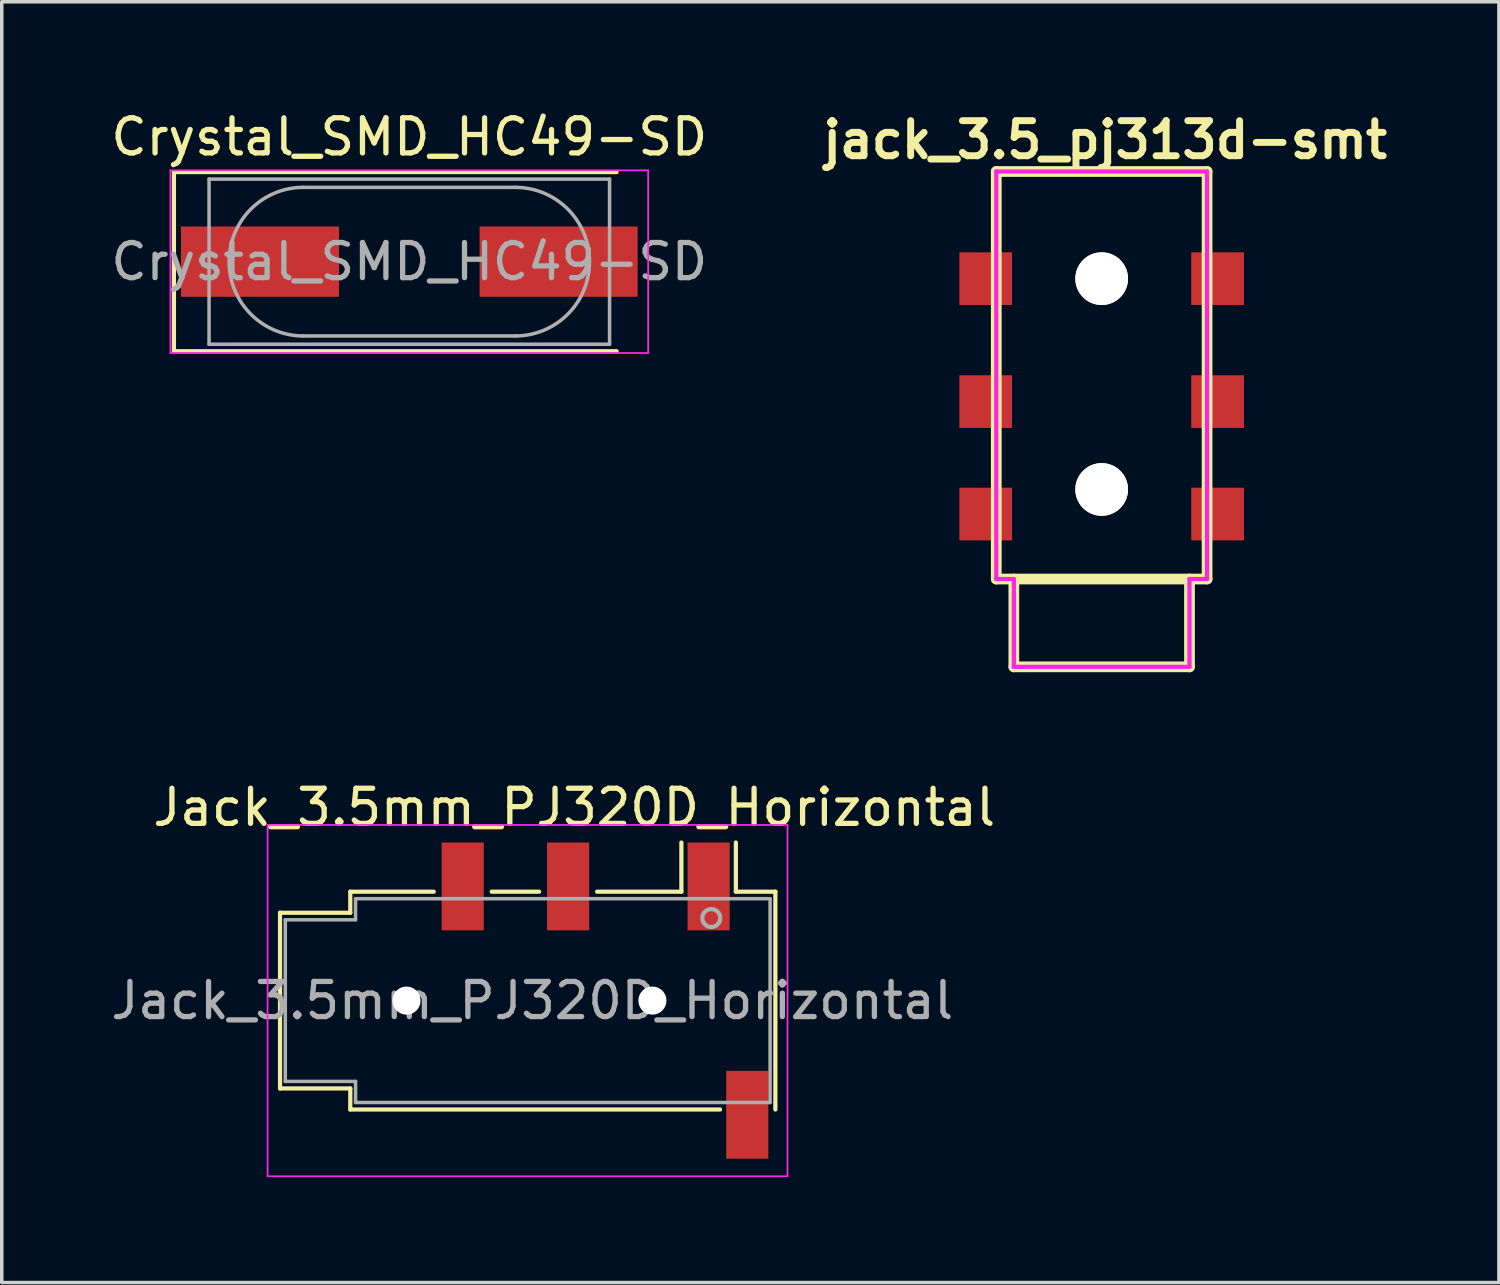
<source format=kicad_pcb>
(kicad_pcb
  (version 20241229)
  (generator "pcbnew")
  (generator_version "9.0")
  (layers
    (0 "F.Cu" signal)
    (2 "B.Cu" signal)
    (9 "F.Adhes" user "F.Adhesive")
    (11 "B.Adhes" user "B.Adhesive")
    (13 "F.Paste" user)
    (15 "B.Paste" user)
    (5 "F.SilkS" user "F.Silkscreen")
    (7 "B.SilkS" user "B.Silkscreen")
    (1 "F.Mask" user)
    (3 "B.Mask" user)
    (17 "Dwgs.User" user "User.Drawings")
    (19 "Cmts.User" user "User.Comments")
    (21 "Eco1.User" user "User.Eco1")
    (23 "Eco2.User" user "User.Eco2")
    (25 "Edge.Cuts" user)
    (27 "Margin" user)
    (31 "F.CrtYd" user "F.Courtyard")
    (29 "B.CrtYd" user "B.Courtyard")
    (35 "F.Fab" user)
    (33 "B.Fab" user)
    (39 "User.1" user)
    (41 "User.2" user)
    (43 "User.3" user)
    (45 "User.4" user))
  (footprint "Jack_3.5mm_PJ320D_Horizontal"
    (layer "F.Cu")
    (at 13.296 25.432)
    (property "Reference" "Jack_3.5mm_PJ320D_Horizontal" (at 0 -5.5 0) (layer "F.SilkS") (effects (font (size 1 1) (thickness 0.15))))
    (attr smd)
    (fp_line (start -8.375 -2.5) (end -8.375 2.5) (stroke (width 0.12) (type solid)) (layer "F.SilkS"))
    (fp_line (start -6.375 -3.1) (end -6.375 -2.5) (stroke (width 0.12) (type solid)) (layer "F.SilkS"))
    (fp_line (start -6.375 -3.1) (end -4 -3.1) (stroke (width 0.12) (type solid)) (layer "F.SilkS"))
    (fp_line (start -6.375 -2.5) (end -8.375 -2.5) (stroke (width 0.12) (type solid)) (layer "F.SilkS"))
    (fp_line (start -6.375 2.5) (end -8.375 2.5) (stroke (width 0.12) (type solid)) (layer "F.SilkS"))
    (fp_line (start -6.375 2.5) (end -6.375 3.1) (stroke (width 0.12) (type solid)) (layer "F.SilkS"))
    (fp_line (start -2.35 -3.1) (end -1 -3.1) (stroke (width 0.12) (type solid)) (layer "F.SilkS"))
    (fp_line (start 0.65 -3.1) (end 3.05 -3.1) (stroke (width 0.12) (type solid)) (layer "F.SilkS"))
    (fp_line (start 3.05 -3.1) (end 3.05 -4.5) (stroke (width 0.12) (type solid)) (layer "F.SilkS"))
    (fp_line (start 4.15 3.1) (end -6.375 3.1) (stroke (width 0.12) (type solid)) (layer "F.SilkS"))
    (fp_line (start 4.6 -3.1) (end 4.6 -4.5) (stroke (width 0.12) (type solid)) (layer "F.SilkS"))
    (fp_line (start 4.6 -3.1) (end 5.725 -3.1) (stroke (width 0.12) (type solid)) (layer "F.SilkS"))
    (fp_line (start 5.725 3.1) (end 5.725 -3.1) (stroke (width 0.12) (type solid)) (layer "F.SilkS"))
    (fp_line (start -8.73 -5) (end 6.07 -5) (stroke (width 0.05) (type solid)) (layer "F.CrtYd"))
    (fp_line (start -8.73 5) (end -8.73 -5) (stroke (width 0.05) (type solid)) (layer "F.CrtYd"))
    (fp_line (start -8.73 5) (end 6.07 5) (stroke (width 0.05) (type solid)) (layer "F.CrtYd"))
    (fp_line (start 6.07 5) (end 6.07 -5) (stroke (width 0.05) (type solid)) (layer "F.CrtYd"))
    (fp_line (start -8.225 -2.3) (end -6.225 -2.3) (stroke (width 0.1) (type solid)) (layer "F.Fab"))
    (fp_line (start -8.225 2.3) (end -8.225 -2.3) (stroke (width 0.1) (type solid)) (layer "F.Fab"))
    (fp_line (start -6.225 -2.9) (end 5.575 -2.9) (stroke (width 0.1) (type solid)) (layer "F.Fab"))
    (fp_line (start -6.225 -2.3) (end -6.225 -2.9) (stroke (width 0.1) (type solid)) (layer "F.Fab"))
    (fp_line (start -6.225 2.3) (end -8.225 2.3) (stroke (width 0.1) (type solid)) (layer "F.Fab"))
    (fp_line (start -6.225 2.9) (end -6.225 2.3) (stroke (width 0.1) (type solid)) (layer "F.Fab"))
    (fp_line (start 5.575 -2.9) (end 5.575 2.9) (stroke (width 0.1) (type solid)) (layer "F.Fab"))
    (fp_line (start 5.575 2.9) (end -6.225 2.9) (stroke (width 0.1) (type solid)) (layer "F.Fab"))
    (fp_circle (center 3.9 -2.35) (end 3.95 -2.1) (stroke (width 0.12) (type solid)) (fill no) (layer "F.Fab"))
    (fp_text user "${REFERENCE}" (at -1.195 0 0) (layer "F.Fab") (effects (font (size 1 1) (thickness 0.15))))
    (pad "" np_thru_hole circle (at -4.775 0) (size 0.8 0.8) (drill 1) (layers "*.Cu" "*.Mask"))
    (pad "" np_thru_hole circle (at 2.225 0) (size 0.8 0.8) (drill 1) (layers "*.Cu" "*.Mask"))
    (pad "R1" smd rect (at -0.175 -3.25) (size 1.2 2.5) (layers "F.Cu" "F.Mask" "F.Paste"))
    (pad "R2" smd rect (at -3.175 -3.25) (size 1.2 2.5) (layers "F.Cu" "F.Mask" "F.Paste"))
    (pad "S" smd rect (at 4.925 3.25) (size 1.2 2.5) (layers "F.Cu" "F.Mask" "F.Paste"))
    (pad "T" smd rect (at 3.825 -3.25) (size 1.2 2.5) (layers "F.Cu" "F.Mask" "F.Paste")))
  (footprint "Crystal_SMD_HC49-SD"
    (layer "F.Cu")
    (at 8.601 4.398)
    (property "Reference" "Crystal_SMD_HC49-SD" (at 0 -3.55 0) (layer "F.SilkS") (effects (font (size 1 1) (thickness 0.15))))
    (attr smd)
    (fp_line (start -6.7 -2.55) (end -6.7 2.55) (stroke (width 0.12) (type solid)) (layer "F.SilkS"))
    (fp_line (start -6.7 2.55) (end 5.9 2.55) (stroke (width 0.12) (type solid)) (layer "F.SilkS"))
    (fp_line (start 5.9 -2.55) (end -6.7 -2.55) (stroke (width 0.12) (type solid)) (layer "F.SilkS"))
    (fp_line (start -6.8 -2.6) (end -6.8 2.6) (stroke (width 0.05) (type solid)) (layer "F.CrtYd"))
    (fp_line (start -6.8 2.6) (end 6.8 2.6) (stroke (width 0.05) (type solid)) (layer "F.CrtYd"))
    (fp_line (start 6.8 -2.6) (end -6.8 -2.6) (stroke (width 0.05) (type solid)) (layer "F.CrtYd"))
    (fp_line (start 6.8 2.6) (end 6.8 -2.6) (stroke (width 0.05) (type solid)) (layer "F.CrtYd"))
    (fp_line (start -5.7 -2.35) (end -5.7 2.35) (stroke (width 0.1) (type solid)) (layer "F.Fab"))
    (fp_line (start -5.7 2.35) (end 5.7 2.35) (stroke (width 0.1) (type solid)) (layer "F.Fab"))
    (fp_line (start -3.015 -2.115) (end 3.015 -2.115) (stroke (width 0.1) (type solid)) (layer "F.Fab"))
    (fp_line (start -3.015 2.115) (end 3.015 2.115) (stroke (width 0.1) (type solid)) (layer "F.Fab"))
    (fp_line (start 5.7 -2.35) (end -5.7 -2.35) (stroke (width 0.1) (type solid)) (layer "F.Fab"))
    (fp_line (start 5.7 2.35) (end 5.7 -2.35) (stroke (width 0.1) (type solid)) (layer "F.Fab"))
    (fp_arc (start -3.015 2.115) (mid -5.13 0) (end -3.015 -2.115) (stroke (width 0.1) (type solid)) (layer "F.Fab"))
    (fp_arc (start 3.015 -2.115) (mid 5.13 0) (end 3.015 2.115) (stroke (width 0.1) (type solid)) (layer "F.Fab"))
    (fp_text user "${REFERENCE}" (at 0 0 0) (layer "F.Fab") (effects (font (size 1 1) (thickness 0.15))))
    (pad "1" smd rect (at -4.25 0) (size 4.5 2) (layers "F.Cu" "F.Mask" "F.Paste"))
    (pad "2" smd rect (at 4.25 0) (size 4.5 2) (layers "F.Cu" "F.Mask" "F.Paste")))
  (footprint "jack_3.5_pj313d-smt"
    (layer "F.Cu")
    (at 28.309 7.632)
    (property "Reference" "jack_3.5_pj313d-smt" (at 0.1 -6.7 0) (layer "F.SilkS") (effects (font (size 0.998 0.998) (thickness 0.198))))
    (attr through_hole)
    (fp_line (start -3 -5.8) (end -3 5.8) (stroke (width 0.305) (type solid)) (layer "F.SilkS"))
    (fp_line (start -3 -5.8) (end 3 -5.8) (stroke (width 0.305) (type solid)) (layer "F.SilkS"))
    (fp_line (start -3 5.8) (end 3 5.8) (stroke (width 0.305) (type solid)) (layer "F.SilkS"))
    (fp_line (start -2.5 5.8) (end -2.5 8.3) (stroke (width 0.305) (type solid)) (layer "F.SilkS"))
    (fp_line (start -2.5 8.3) (end 2.5 8.3) (stroke (width 0.305) (type solid)) (layer "F.SilkS"))
    (fp_line (start 2.5 5.8) (end 2.5 8.3) (stroke (width 0.305) (type solid)) (layer "F.SilkS"))
    (fp_line (start 3 -5.8) (end 3 5.8) (stroke (width 0.305) (type solid)) (layer "F.SilkS"))
    (fp_line (start -3 -5.8) (end 3 -5.8) (stroke (width 0.12) (type solid)) (layer "F.CrtYd"))
    (fp_line (start -3 5.8) (end -3 -5.8) (stroke (width 0.12) (type solid)) (layer "F.CrtYd"))
    (fp_line (start -2.5 5.8) (end -3 5.8) (stroke (width 0.12) (type solid)) (layer "F.CrtYd"))
    (fp_line (start -2.5 8.3) (end -2.5 5.8) (stroke (width 0.12) (type solid)) (layer "F.CrtYd"))
    (fp_line (start 2.5 5.8) (end 2.5 8.3) (stroke (width 0.12) (type solid)) (layer "F.CrtYd"))
    (fp_line (start 2.5 8.3) (end -2.5 8.3) (stroke (width 0.12) (type solid)) (layer "F.CrtYd"))
    (fp_line (start 3 -5.8) (end 3 5.8) (stroke (width 0.12) (type solid)) (layer "F.CrtYd"))
    (fp_line (start 3 5.8) (end 2.5 5.8) (stroke (width 0.12) (type solid)) (layer "F.CrtYd"))
    (pad "" np_thru_hole circle (at 0 -2.75) (size 1.5 1.5) (drill 1.5) (layers "*.Cu" "*.Mask" "F.SilkS"))
    (pad "" np_thru_hole circle (at 0 3.25) (size 1.5 1.5) (drill 1.5) (layers "*.Cu" "*.Mask" "F.SilkS"))
    (pad "R" smd rect (at -3.3 0.75) (size 1.5 1.5) (layers "F.Cu" "F.Mask" "F.Paste"))
    (pad "R" smd rect (at 3.3 0.75) (size 1.5 1.5) (layers "F.Cu" "F.Mask" "F.Paste"))
    (pad "S" smd rect (at -3.3 3.95) (size 1.5 1.5) (layers "F.Cu" "F.Mask" "F.Paste"))
    (pad "S" smd rect (at 3.3 3.95) (size 1.5 1.5) (layers "F.Cu" "F.Mask" "F.Paste"))
    (pad "T" smd rect (at -3.3 -2.75) (size 1.5 1.5) (layers "F.Cu" "F.Mask" "F.Paste"))
    (pad "T" smd rect (at 3.3 -2.75) (size 1.5 1.5) (layers "F.Cu" "F.Mask" "F.Paste")))
  (gr_rect
    (start -3 -3)
    (end 39.616 33.457)
    (stroke (width 0.1) (type default))
    (fill no)
    (layer "Edge.Cuts")))
</source>
